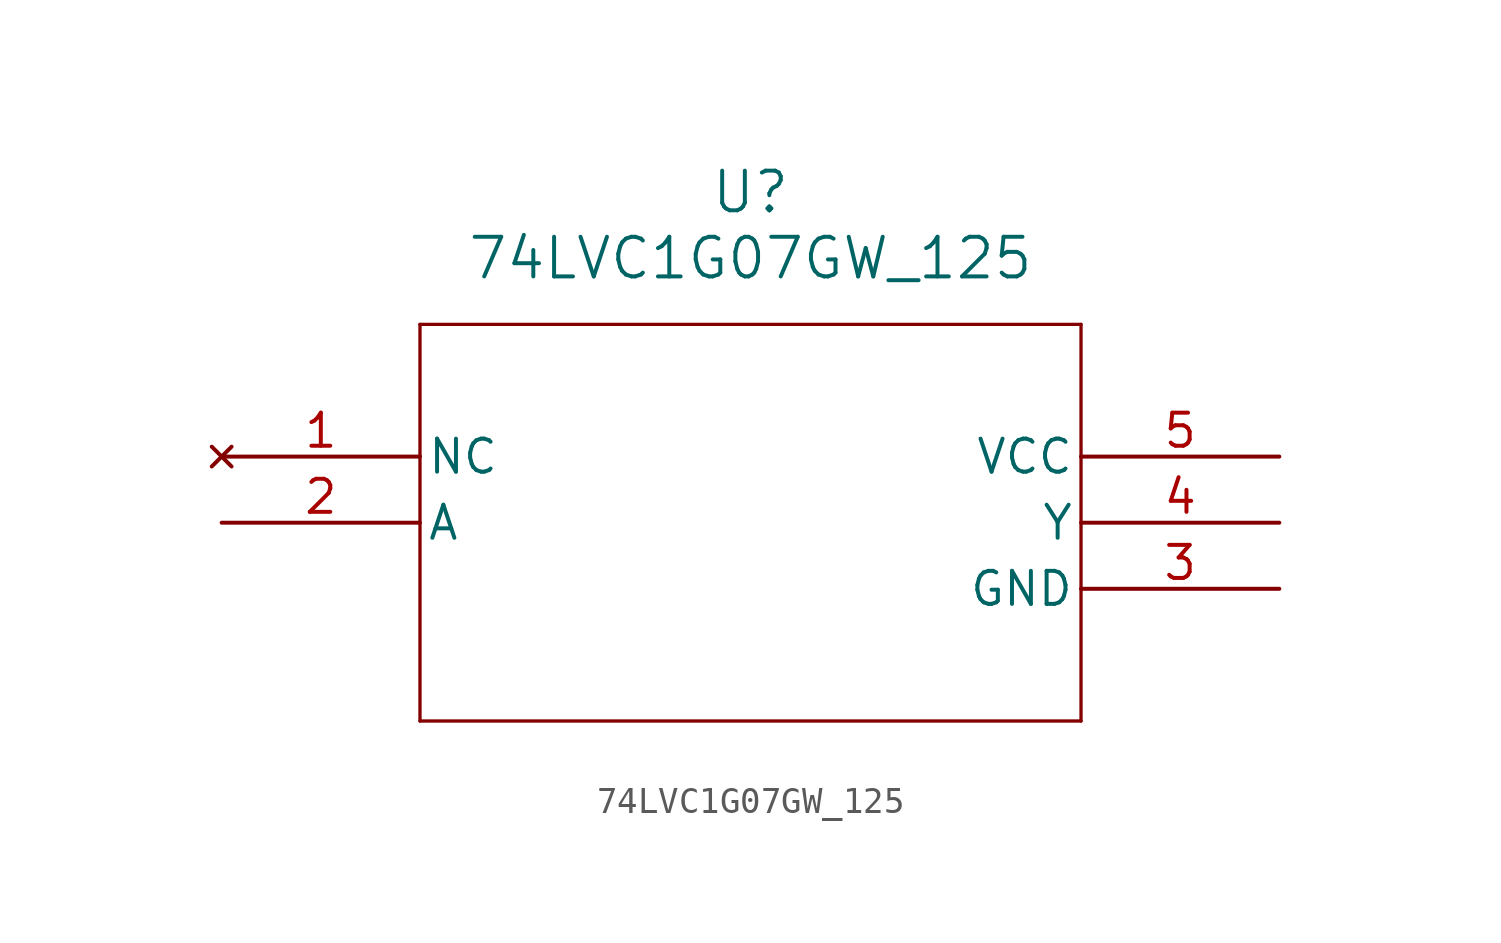
<source format=kicad_sym>
(kicad_symbol_lib
  (version 20211014)
  (generator kicad_symbol_editor)
  (symbol "74LVC1G07GW_125"
    (pin_names
      (offset 0.254))
    (property "Reference" "U"
      (at 20.32 10.16 0)
      (effects (font (size 1.524 1.524))))
    (property "Value" "74LVC1G07GW_125"
      (at 20.32 7.62 0)
      (effects (font (size 1.524 1.524))))
    (symbol "74LVC1G07GW_125_0_1"
      (polyline (pts (xy 7.62 5.08) (xy 7.62 -10.16)) (stroke (width 0.127) (type default) (color 0 0 0 0)) (fill (type none)))
      (polyline (pts (xy 7.62 -10.16) (xy 33.02 -10.16)) (stroke (width 0.127) (type default) (color 0 0 0 0)) (fill (type none)))
      (polyline (pts (xy 33.02 -10.16) (xy 33.02 5.08)) (stroke (width 0.127) (type default) (color 0 0 0 0)) (fill (type none)))
      (polyline (pts (xy 33.02 5.08) (xy 7.62 5.08)) (stroke (width 0.127) (type default) (color 0 0 0 0)) (fill (type none)))
      (pin no_connect line (at 0 0 0) (length 7.62) (name "NC" (effects (font (size 1.27 1.27)))) (number "1" (effects (font (size 1.27 1.27)))))
      (pin input line (at 0 -2.54 0) (length 7.62) (name "A" (effects (font (size 1.27 1.27)))) (number "2" (effects (font (size 1.27 1.27)))))
      (pin power_out line (at 40.64 -5.08 180) (length 7.62) (name "GND" (effects (font (size 1.27 1.27)))) (number "3" (effects (font (size 1.27 1.27)))))
      (pin output line (at 40.64 -2.54 180) (length 7.62) (name "Y" (effects (font (size 1.27 1.27)))) (number "4" (effects (font (size 1.27 1.27)))))
      (pin power_in line (at 40.64 0 180) (length 7.62) (name "VCC" (effects (font (size 1.27 1.27)))) (number "5" (effects (font (size 1.27 1.27))))))))
</source>
